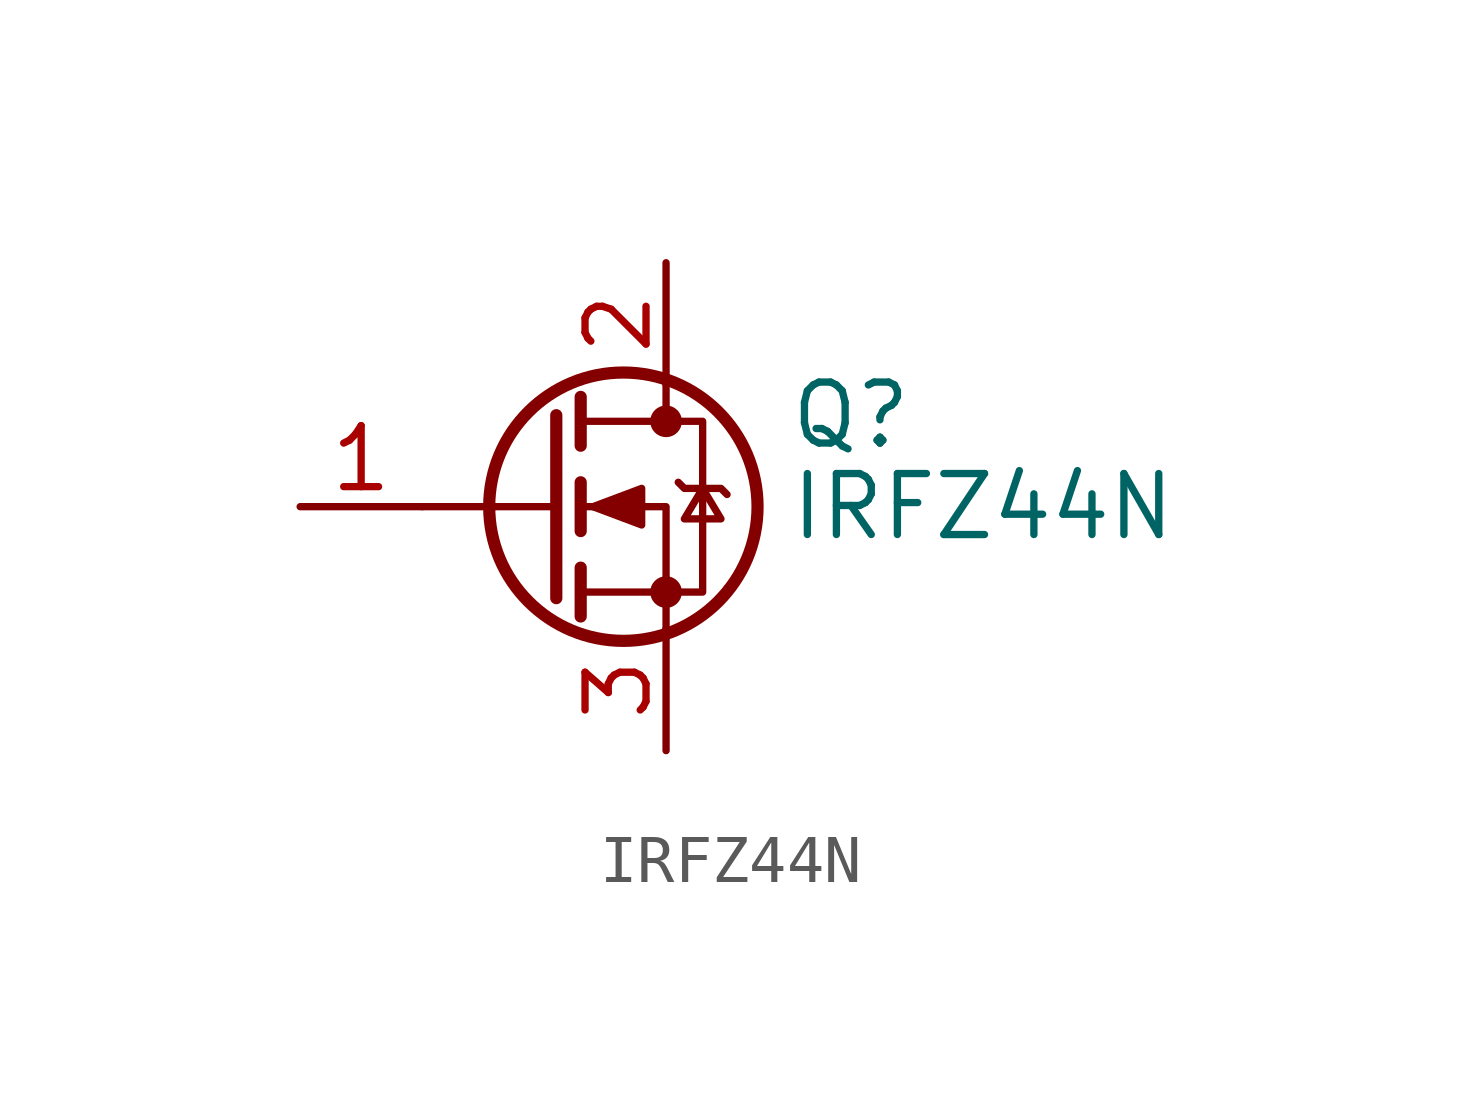
<source format=kicad_sym>
(kicad_symbol_lib
  (version 20241209)
  (generator "kicad_symbol_editor")
  (generator_version "9.0")
  (symbol "IRFZ44N"
    (pin_names
      (hide yes))
    (property "Reference" "Q"
      (at 5.08 1.905 0)
      (effects (font (size 1.27 1.27)) (justify left)))
    (property "Value" "IRFZ44N"
      (at 5.08 0 0)
      (effects (font (size 1.27 1.27)) (justify left)))
    (symbol "IRFZ44N_0_1"
      (polyline (pts (xy 0.254 1.905) (xy 0.254 -1.905)) (stroke (width 0.254) (type default)) (fill (type none)))
      (polyline (pts (xy 0.254 0) (xy -2.54 0)) (stroke (width 0) (type default)) (fill (type none)))
      (polyline (pts (xy 0.762 2.286) (xy 0.762 1.27)) (stroke (width 0.254) (type default)) (fill (type none)))
      (polyline (pts (xy 0.762 0.508) (xy 0.762 -0.508)) (stroke (width 0.254) (type default)) (fill (type none)))
      (polyline (pts (xy 0.762 -1.27) (xy 0.762 -2.286)) (stroke (width 0.254) (type default)) (fill (type none)))
      (polyline (pts (xy 0.762 -1.778) (xy 3.302 -1.778) (xy 3.302 1.778) (xy 0.762 1.778)) (stroke (width 0) (type default)) (fill (type none)))
      (polyline (pts (xy 1.016 0) (xy 2.032 0.381) (xy 2.032 -0.381) (xy 1.016 0)) (stroke (width 0) (type default)) (fill (type outline)))
      (circle (center 1.651 0) (radius 2.794) (stroke (width 0.254) (type default)) (fill (type none)))
      (polyline (pts (xy 2.54 2.54) (xy 2.54 1.778)) (stroke (width 0) (type default)) (fill (type none)))
      (circle (center 2.54 1.778) (radius 0.254) (stroke (width 0) (type default)) (fill (type outline)))
      (circle (center 2.54 -1.778) (radius 0.254) (stroke (width 0) (type default)) (fill (type outline)))
      (polyline (pts (xy 2.54 -2.54) (xy 2.54 0) (xy 0.762 0)) (stroke (width 0) (type default)) (fill (type none)))
      (polyline (pts (xy 2.794 0.508) (xy 2.921 0.381) (xy 3.683 0.381) (xy 3.81 0.254)) (stroke (width 0) (type default)) (fill (type none)))
      (polyline (pts (xy 3.302 0.381) (xy 2.921 -0.254) (xy 3.683 -0.254) (xy 3.302 0.381)) (stroke (width 0) (type default)) (fill (type none))))
    (symbol "IRFZ44N_1_1"
      (pin input line (at -5.08 0 0) (length 2.54) (name "G" (effects (font (size 1.27 1.27)))) (number "1" (effects (font (size 1.27 1.27)))))
      (pin passive line (at 2.54 5.08 270) (length 2.54) (name "D" (effects (font (size 1.27 1.27)))) (number "2" (effects (font (size 1.27 1.27)))))
      (pin passive line (at 2.54 -5.08 90) (length 2.54) (name "S" (effects (font (size 1.27 1.27)))) (number "3" (effects (font (size 1.27 1.27))))))))
</source>
